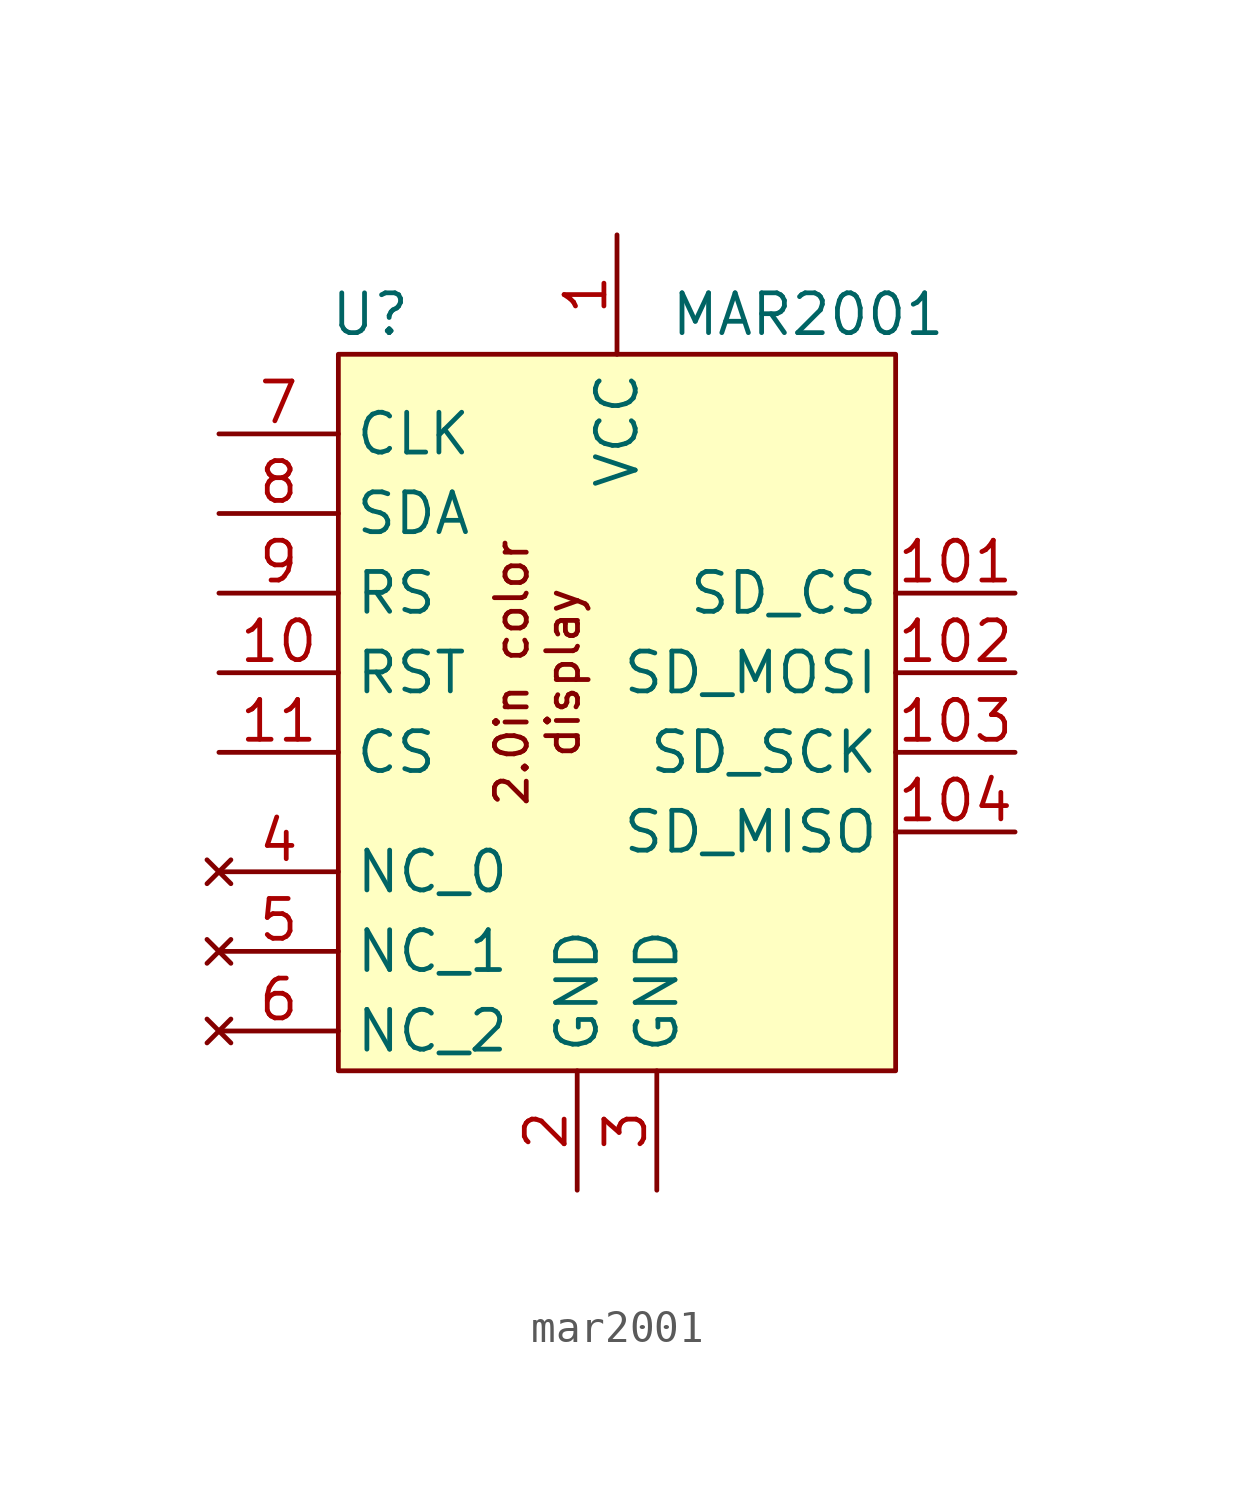
<source format=kicad_sym>
(kicad_symbol_lib
  (version 20231120)
  (generator "kicad_symbol_editor")
  (generator_version "8.0")
  (symbol "mar2001"
    (property "Reference" "U"
      (at -7.874 12.7 0)
      (effects (font (size 1.27 1.27))))
    (property "Value" "MAR2001"
      (at 6.096 12.7 0)
      (effects (font (size 1.27 1.27))))
    (property "ki_locked" ""
      (at 0 0 0)
      (effects (font (size 1.27 1.27))))
    (symbol "mar2001_1_1"
      (rectangle (start -8.89 11.43) (end 8.89 -11.43) (stroke (width 0) (type default)) (fill (type background)))
      (text "2.0in color\ndisplay" (at -2.54 1.27 900) (effects (font (size 1.016 1.016))))
      (pin power_in line (at 0 15.24 270) (length 3.81) (name "VCC" (effects (font (size 1.27 1.27)))) (number "1" (effects (font (size 1.27 1.27)))))
      (pin input line (at -12.7 1.27 0) (length 3.81) (name "RST" (effects (font (size 1.27 1.27)))) (number "10" (effects (font (size 1.27 1.27)))))
      (pin input line (at 12.7 3.81 180) (length 3.81) (name "SD_CS" (effects (font (size 1.27 1.27)))) (number "101" (effects (font (size 1.27 1.27)))))
      (pin input line (at 12.7 1.27 180) (length 3.81) (name "SD_MOSI" (effects (font (size 1.27 1.27)))) (number "102" (effects (font (size 1.27 1.27)))))
      (pin input line (at 12.7 -1.27 180) (length 3.81) (name "SD_SCK" (effects (font (size 1.27 1.27)))) (number "103" (effects (font (size 1.27 1.27)))))
      (pin output line (at 12.7 -3.81 180) (length 3.81) (name "SD_MISO" (effects (font (size 1.27 1.27)))) (number "104" (effects (font (size 1.27 1.27)))))
      (pin input line (at -12.7 -1.27 0) (length 3.81) (name "CS" (effects (font (size 1.27 1.27)))) (number "11" (effects (font (size 1.27 1.27)))))
      (pin power_in line (at -1.27 -15.24 90) (length 3.81) (name "GND" (effects (font (size 1.27 1.27)))) (number "2" (effects (font (size 1.27 1.27)))))
      (pin power_in line (at 1.27 -15.24 90) (length 3.81) (name "GND" (effects (font (size 1.27 1.27)))) (number "3" (effects (font (size 1.27 1.27)))))
      (pin no_connect line (at -12.7 -5.08 0) (length 3.81) (name "NC_0" (effects (font (size 1.27 1.27)))) (number "4" (effects (font (size 1.27 1.27)))))
      (pin no_connect line (at -12.7 -7.62 0) (length 3.81) (name "NC_1" (effects (font (size 1.27 1.27)))) (number "5" (effects (font (size 1.27 1.27)))))
      (pin no_connect line (at -12.7 -10.16 0) (length 3.81) (name "NC_2" (effects (font (size 1.27 1.27)))) (number "6" (effects (font (size 1.27 1.27)))))
      (pin input line (at -12.7 8.89 0) (length 3.81) (name "CLK" (effects (font (size 1.27 1.27)))) (number "7" (effects (font (size 1.27 1.27)))))
      (pin input line (at -12.7 6.35 0) (length 3.81) (name "SDA" (effects (font (size 1.27 1.27)))) (number "8" (effects (font (size 1.27 1.27)))))
      (pin input line (at -12.7 3.81 0) (length 3.81) (name "RS" (effects (font (size 1.27 1.27)))) (number "9" (effects (font (size 1.27 1.27))))))))
</source>
